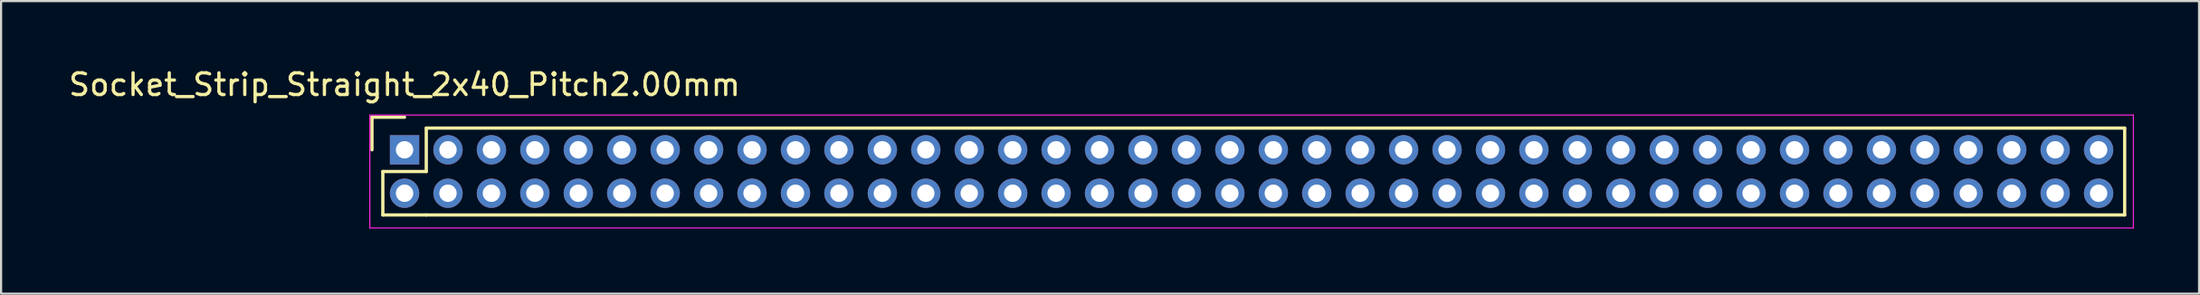
<source format=kicad_pcb>
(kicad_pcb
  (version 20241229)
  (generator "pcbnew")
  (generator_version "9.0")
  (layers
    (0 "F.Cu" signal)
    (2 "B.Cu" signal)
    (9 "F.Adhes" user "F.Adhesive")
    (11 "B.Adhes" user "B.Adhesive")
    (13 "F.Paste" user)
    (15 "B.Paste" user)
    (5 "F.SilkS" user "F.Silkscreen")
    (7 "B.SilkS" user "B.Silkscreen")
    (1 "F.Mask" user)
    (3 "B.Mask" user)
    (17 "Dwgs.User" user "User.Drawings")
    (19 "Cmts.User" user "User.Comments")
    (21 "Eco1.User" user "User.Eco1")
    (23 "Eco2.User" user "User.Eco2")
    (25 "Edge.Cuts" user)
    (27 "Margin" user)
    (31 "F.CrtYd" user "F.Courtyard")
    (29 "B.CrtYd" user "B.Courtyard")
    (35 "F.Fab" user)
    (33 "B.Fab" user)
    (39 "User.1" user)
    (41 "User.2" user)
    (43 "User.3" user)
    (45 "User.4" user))
  (footprint "Socket_Strip_Straight_2x40_Pitch2.00mm"
    (layer "F.Cu")
    (at 15.577 3.848)
    (property "Reference" "Socket_Strip_Straight_2x40_Pitch2.00mm" (at 0 -3 0) (layer "F.SilkS") (effects (font (size 1 1) (thickness 0.15))))
    (attr through_hole)
    (fp_line (start -1.5 -1.5) (end -1.5 0) (stroke (width 0.15) (type solid)) (layer "F.SilkS"))
    (fp_line (start -1 1) (end -1 3) (stroke (width 0.15) (type solid)) (layer "F.SilkS"))
    (fp_line (start -1 3) (end 1 3) (stroke (width 0.15) (type solid)) (layer "F.SilkS"))
    (fp_line (start 0 -1.5) (end -1.5 -1.5) (stroke (width 0.15) (type solid)) (layer "F.SilkS"))
    (fp_line (start 1 -1) (end 1 1) (stroke (width 0.15) (type solid)) (layer "F.SilkS"))
    (fp_line (start 1 1) (end -1 1) (stroke (width 0.15) (type solid)) (layer "F.SilkS"))
    (fp_line (start 1 3) (end 79.2 3) (stroke (width 0.15) (type solid)) (layer "F.SilkS"))
    (fp_line (start 79.2 -1) (end 1 -1) (stroke (width 0.15) (type solid)) (layer "F.SilkS"))
    (fp_line (start 79.2 3) (end 79.2 -1) (stroke (width 0.15) (type solid)) (layer "F.SilkS"))
    (fp_line (start -1.6 -1.6) (end -1.6 3.6) (stroke (width 0.05) (type solid)) (layer "F.CrtYd"))
    (fp_line (start -1.6 3.6) (end 79.6 3.6) (stroke (width 0.05) (type solid)) (layer "F.CrtYd"))
    (fp_line (start 79.6 -1.6) (end -1.6 -1.6) (stroke (width 0.05) (type solid)) (layer "F.CrtYd"))
    (fp_line (start 79.6 3.6) (end 79.6 -1.6) (stroke (width 0.05) (type solid)) (layer "F.CrtYd"))
    (pad "1" thru_hole rect (at 0 0) (size 1.35 1.35) (drill 0.8) (layers "*.Cu" "*.Mask"))
    (pad "2" thru_hole circle (at 0 2) (size 1.35 1.35) (drill 0.8) (layers "*.Cu" "*.Mask"))
    (pad "3" thru_hole circle (at 2 0) (size 1.35 1.35) (drill 0.8) (layers "*.Cu" "*.Mask"))
    (pad "4" thru_hole circle (at 2 2) (size 1.35 1.35) (drill 0.8) (layers "*.Cu" "*.Mask"))
    (pad "5" thru_hole circle (at 4 0) (size 1.35 1.35) (drill 0.8) (layers "*.Cu" "*.Mask"))
    (pad "6" thru_hole circle (at 4 2) (size 1.35 1.35) (drill 0.8) (layers "*.Cu" "*.Mask"))
    (pad "7" thru_hole circle (at 6 0) (size 1.35 1.35) (drill 0.8) (layers "*.Cu" "*.Mask"))
    (pad "8" thru_hole circle (at 6 2) (size 1.35 1.35) (drill 0.8) (layers "*.Cu" "*.Mask"))
    (pad "9" thru_hole circle (at 8 0) (size 1.35 1.35) (drill 0.8) (layers "*.Cu" "*.Mask"))
    (pad "10" thru_hole circle (at 8 2) (size 1.35 1.35) (drill 0.8) (layers "*.Cu" "*.Mask"))
    (pad "11" thru_hole circle (at 10 0) (size 1.35 1.35) (drill 0.8) (layers "*.Cu" "*.Mask"))
    (pad "12" thru_hole circle (at 10 2) (size 1.35 1.35) (drill 0.8) (layers "*.Cu" "*.Mask"))
    (pad "13" thru_hole circle (at 12 0) (size 1.35 1.35) (drill 0.8) (layers "*.Cu" "*.Mask"))
    (pad "14" thru_hole circle (at 12 2) (size 1.35 1.35) (drill 0.8) (layers "*.Cu" "*.Mask"))
    (pad "15" thru_hole circle (at 14 0) (size 1.35 1.35) (drill 0.8) (layers "*.Cu" "*.Mask"))
    (pad "16" thru_hole circle (at 14 2) (size 1.35 1.35) (drill 0.8) (layers "*.Cu" "*.Mask"))
    (pad "17" thru_hole circle (at 16 0) (size 1.35 1.35) (drill 0.8) (layers "*.Cu" "*.Mask"))
    (pad "18" thru_hole circle (at 16 2) (size 1.35 1.35) (drill 0.8) (layers "*.Cu" "*.Mask"))
    (pad "19" thru_hole circle (at 18 0) (size 1.35 1.35) (drill 0.8) (layers "*.Cu" "*.Mask"))
    (pad "20" thru_hole circle (at 18 2) (size 1.35 1.35) (drill 0.8) (layers "*.Cu" "*.Mask"))
    (pad "21" thru_hole circle (at 20 0) (size 1.35 1.35) (drill 0.8) (layers "*.Cu" "*.Mask"))
    (pad "22" thru_hole circle (at 20 2) (size 1.35 1.35) (drill 0.8) (layers "*.Cu" "*.Mask"))
    (pad "23" thru_hole circle (at 22 0) (size 1.35 1.35) (drill 0.8) (layers "*.Cu" "*.Mask"))
    (pad "24" thru_hole circle (at 22 2) (size 1.35 1.35) (drill 0.8) (layers "*.Cu" "*.Mask"))
    (pad "25" thru_hole circle (at 24 0) (size 1.35 1.35) (drill 0.8) (layers "*.Cu" "*.Mask"))
    (pad "26" thru_hole circle (at 24 2) (size 1.35 1.35) (drill 0.8) (layers "*.Cu" "*.Mask"))
    (pad "27" thru_hole circle (at 26 0) (size 1.35 1.35) (drill 0.8) (layers "*.Cu" "*.Mask"))
    (pad "28" thru_hole circle (at 26 2) (size 1.35 1.35) (drill 0.8) (layers "*.Cu" "*.Mask"))
    (pad "29" thru_hole circle (at 28 0) (size 1.35 1.35) (drill 0.8) (layers "*.Cu" "*.Mask"))
    (pad "30" thru_hole circle (at 28 2) (size 1.35 1.35) (drill 0.8) (layers "*.Cu" "*.Mask"))
    (pad "31" thru_hole circle (at 30 0) (size 1.35 1.35) (drill 0.8) (layers "*.Cu" "*.Mask"))
    (pad "32" thru_hole circle (at 30 2) (size 1.35 1.35) (drill 0.8) (layers "*.Cu" "*.Mask"))
    (pad "33" thru_hole circle (at 32 0) (size 1.35 1.35) (drill 0.8) (layers "*.Cu" "*.Mask"))
    (pad "34" thru_hole circle (at 32 2) (size 1.35 1.35) (drill 0.8) (layers "*.Cu" "*.Mask"))
    (pad "35" thru_hole circle (at 34 0) (size 1.35 1.35) (drill 0.8) (layers "*.Cu" "*.Mask"))
    (pad "36" thru_hole circle (at 34 2) (size 1.35 1.35) (drill 0.8) (layers "*.Cu" "*.Mask"))
    (pad "37" thru_hole circle (at 36 0) (size 1.35 1.35) (drill 0.8) (layers "*.Cu" "*.Mask"))
    (pad "38" thru_hole circle (at 36 2) (size 1.35 1.35) (drill 0.8) (layers "*.Cu" "*.Mask"))
    (pad "39" thru_hole circle (at 38 0) (size 1.35 1.35) (drill 0.8) (layers "*.Cu" "*.Mask"))
    (pad "40" thru_hole circle (at 38 2) (size 1.35 1.35) (drill 0.8) (layers "*.Cu" "*.Mask"))
    (pad "41" thru_hole circle (at 40 0) (size 1.35 1.35) (drill 0.8) (layers "*.Cu" "*.Mask"))
    (pad "42" thru_hole circle (at 40 2) (size 1.35 1.35) (drill 0.8) (layers "*.Cu" "*.Mask"))
    (pad "43" thru_hole circle (at 42 0) (size 1.35 1.35) (drill 0.8) (layers "*.Cu" "*.Mask"))
    (pad "44" thru_hole circle (at 42 2) (size 1.35 1.35) (drill 0.8) (layers "*.Cu" "*.Mask"))
    (pad "45" thru_hole circle (at 44 0) (size 1.35 1.35) (drill 0.8) (layers "*.Cu" "*.Mask"))
    (pad "46" thru_hole circle (at 44 2) (size 1.35 1.35) (drill 0.8) (layers "*.Cu" "*.Mask"))
    (pad "47" thru_hole circle (at 46 0) (size 1.35 1.35) (drill 0.8) (layers "*.Cu" "*.Mask"))
    (pad "48" thru_hole circle (at 46 2) (size 1.35 1.35) (drill 0.8) (layers "*.Cu" "*.Mask"))
    (pad "49" thru_hole circle (at 48 0) (size 1.35 1.35) (drill 0.8) (layers "*.Cu" "*.Mask"))
    (pad "50" thru_hole circle (at 48 2) (size 1.35 1.35) (drill 0.8) (layers "*.Cu" "*.Mask"))
    (pad "51" thru_hole circle (at 50 0) (size 1.35 1.35) (drill 0.8) (layers "*.Cu" "*.Mask"))
    (pad "52" thru_hole circle (at 50 2) (size 1.35 1.35) (drill 0.8) (layers "*.Cu" "*.Mask"))
    (pad "53" thru_hole circle (at 52 0) (size 1.35 1.35) (drill 0.8) (layers "*.Cu" "*.Mask"))
    (pad "54" thru_hole circle (at 52 2) (size 1.35 1.35) (drill 0.8) (layers "*.Cu" "*.Mask"))
    (pad "55" thru_hole circle (at 54 0) (size 1.35 1.35) (drill 0.8) (layers "*.Cu" "*.Mask"))
    (pad "56" thru_hole circle (at 54 2) (size 1.35 1.35) (drill 0.8) (layers "*.Cu" "*.Mask"))
    (pad "57" thru_hole circle (at 56 0) (size 1.35 1.35) (drill 0.8) (layers "*.Cu" "*.Mask"))
    (pad "58" thru_hole circle (at 56 2) (size 1.35 1.35) (drill 0.8) (layers "*.Cu" "*.Mask"))
    (pad "59" thru_hole circle (at 58 0) (size 1.35 1.35) (drill 0.8) (layers "*.Cu" "*.Mask"))
    (pad "60" thru_hole circle (at 58 2) (size 1.35 1.35) (drill 0.8) (layers "*.Cu" "*.Mask"))
    (pad "61" thru_hole circle (at 60 0) (size 1.35 1.35) (drill 0.8) (layers "*.Cu" "*.Mask"))
    (pad "62" thru_hole circle (at 60 2) (size 1.35 1.35) (drill 0.8) (layers "*.Cu" "*.Mask"))
    (pad "63" thru_hole circle (at 62 0) (size 1.35 1.35) (drill 0.8) (layers "*.Cu" "*.Mask"))
    (pad "64" thru_hole circle (at 62 2) (size 1.35 1.35) (drill 0.8) (layers "*.Cu" "*.Mask"))
    (pad "65" thru_hole circle (at 64 0) (size 1.35 1.35) (drill 0.8) (layers "*.Cu" "*.Mask"))
    (pad "66" thru_hole circle (at 64 2) (size 1.35 1.35) (drill 0.8) (layers "*.Cu" "*.Mask"))
    (pad "67" thru_hole circle (at 66 0) (size 1.35 1.35) (drill 0.8) (layers "*.Cu" "*.Mask"))
    (pad "68" thru_hole circle (at 66 2) (size 1.35 1.35) (drill 0.8) (layers "*.Cu" "*.Mask"))
    (pad "69" thru_hole circle (at 68 0) (size 1.35 1.35) (drill 0.8) (layers "*.Cu" "*.Mask"))
    (pad "70" thru_hole circle (at 68 2) (size 1.35 1.35) (drill 0.8) (layers "*.Cu" "*.Mask"))
    (pad "71" thru_hole circle (at 70 0) (size 1.35 1.35) (drill 0.8) (layers "*.Cu" "*.Mask"))
    (pad "72" thru_hole circle (at 70 2) (size 1.35 1.35) (drill 0.8) (layers "*.Cu" "*.Mask"))
    (pad "73" thru_hole circle (at 72 0) (size 1.35 1.35) (drill 0.8) (layers "*.Cu" "*.Mask"))
    (pad "74" thru_hole circle (at 72 2) (size 1.35 1.35) (drill 0.8) (layers "*.Cu" "*.Mask"))
    (pad "75" thru_hole circle (at 74 0) (size 1.35 1.35) (drill 0.8) (layers "*.Cu" "*.Mask"))
    (pad "76" thru_hole circle (at 74 2) (size 1.35 1.35) (drill 0.8) (layers "*.Cu" "*.Mask"))
    (pad "77" thru_hole circle (at 76 0) (size 1.35 1.35) (drill 0.8) (layers "*.Cu" "*.Mask"))
    (pad "78" thru_hole circle (at 76 2) (size 1.35 1.35) (drill 0.8) (layers "*.Cu" "*.Mask"))
    (pad "79" thru_hole circle (at 78 0) (size 1.35 1.35) (drill 0.8) (layers "*.Cu" "*.Mask"))
    (pad "80" thru_hole circle (at 78 2) (size 1.35 1.35) (drill 0.8) (layers "*.Cu" "*.Mask")))
  (gr_rect
    (start -3 -3)
    (end 98.202 10.473)
    (stroke (width 0.1) (type default))
    (fill no)
    (layer "Edge.Cuts")))
</source>
